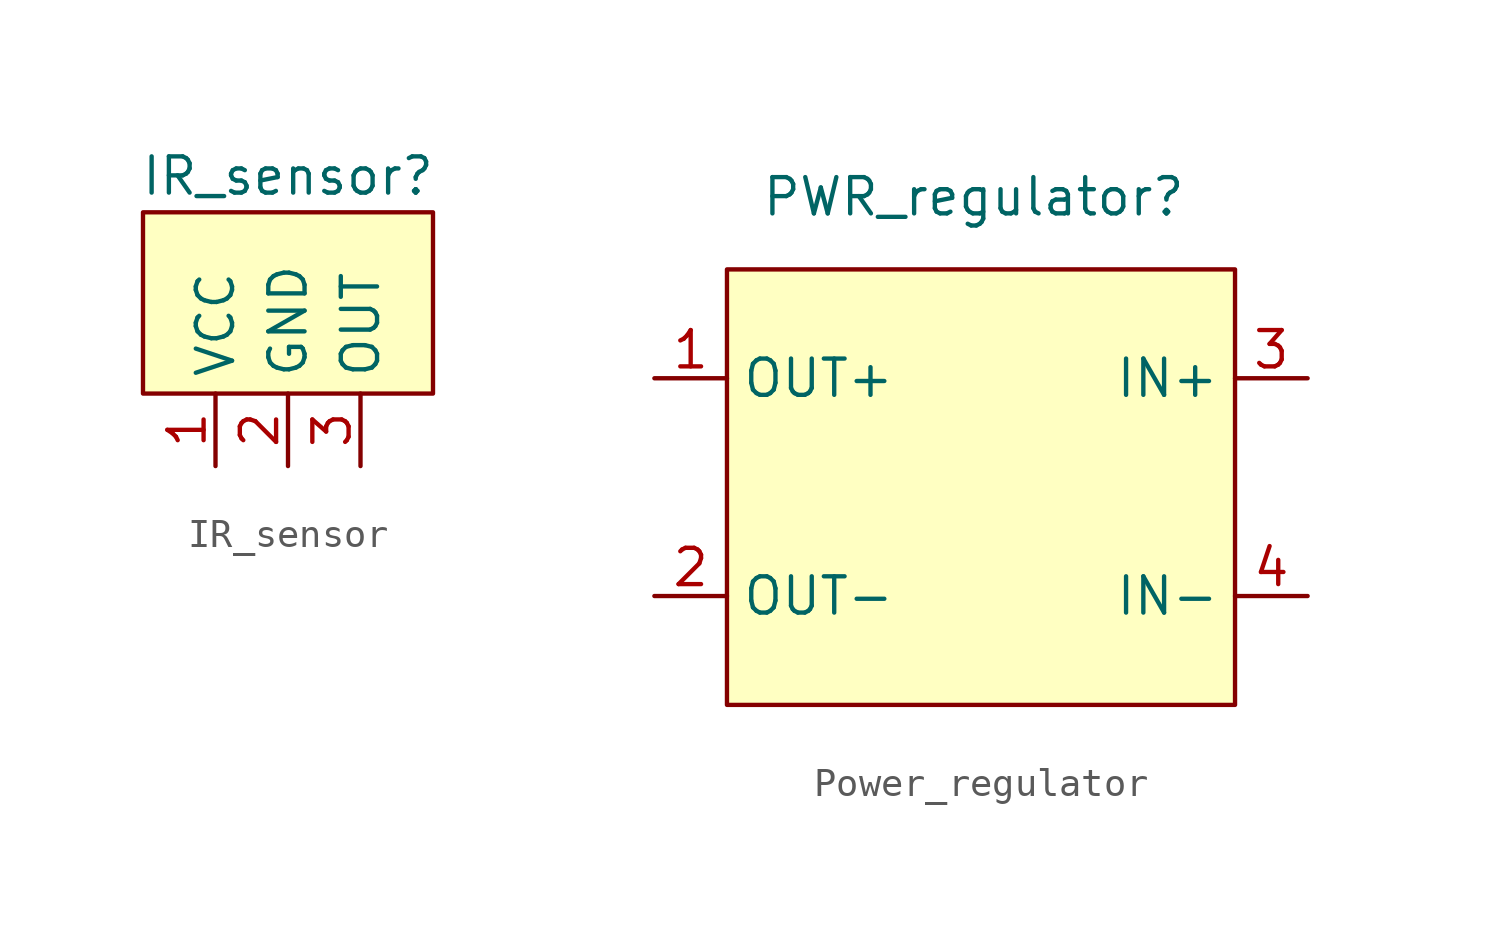
<source format=kicad_sym>
(kicad_symbol_lib
  (version 20231120)
  (generator "kicad_symbol_editor")
  (generator_version "8.0")
  (symbol "IR_sensor"
    (property "Reference" "IR_sensor"
      (at 0 5.08 0)
      (effects (font (size 1.27 1.27))))
    (property "Value" ""
      (at -1.27 0 0)
      (effects (font (size 1.27 1.27))))
    (symbol "IR_sensor_1_1"
      (rectangle (start -5.08 3.81) (end 5.08 -2.54) (stroke (width 0) (type default)) (fill (type background)))
      (pin power_in line (at -2.54 -5.08 90) (length 2.54) (name "VCC" (effects (font (size 1.27 1.27)))) (number "1" (effects (font (size 1.27 1.27)))))
      (pin bidirectional line (at 0 -5.08 90) (length 2.54) (name "GND" (effects (font (size 1.27 1.27)))) (number "2" (effects (font (size 1.27 1.27)))))
      (pin bidirectional line (at 2.54 -5.08 90) (length 2.54) (name "OUT" (effects (font (size 1.27 1.27)))) (number "3" (effects (font (size 1.27 1.27)))))))
  (symbol "Power_regulator"
    (property "Reference" "PWR_regulator"
      (at -0.254 10.16 0)
      (effects (font (size 1.27 1.27))))
    (property "Value" ""
      (at -1.27 1.27 0)
      (effects (font (size 1.27 1.27))))
    (symbol "Power_regulator_1_1"
      (rectangle (start -8.89 7.62) (end 8.89 -7.62) (stroke (width 0) (type default)) (fill (type background)))
      (pin power_out line (at -11.43 3.81 0) (length 2.54) (name "OUT+" (effects (font (size 1.27 1.27)))) (number "1" (effects (font (size 1.27 1.27)))))
      (pin power_in line (at -11.43 -3.81 0) (length 2.54) (name "OUT-" (effects (font (size 1.27 1.27)))) (number "2" (effects (font (size 1.27 1.27)))))
      (pin power_in line (at 11.43 3.81 180) (length 2.54) (name "IN+" (effects (font (size 1.27 1.27)))) (number "3" (effects (font (size 1.27 1.27)))))
      (pin power_in line (at 11.43 -3.81 180) (length 2.54) (name "IN-" (effects (font (size 1.27 1.27)))) (number "4" (effects (font (size 1.27 1.27))))))))
</source>
